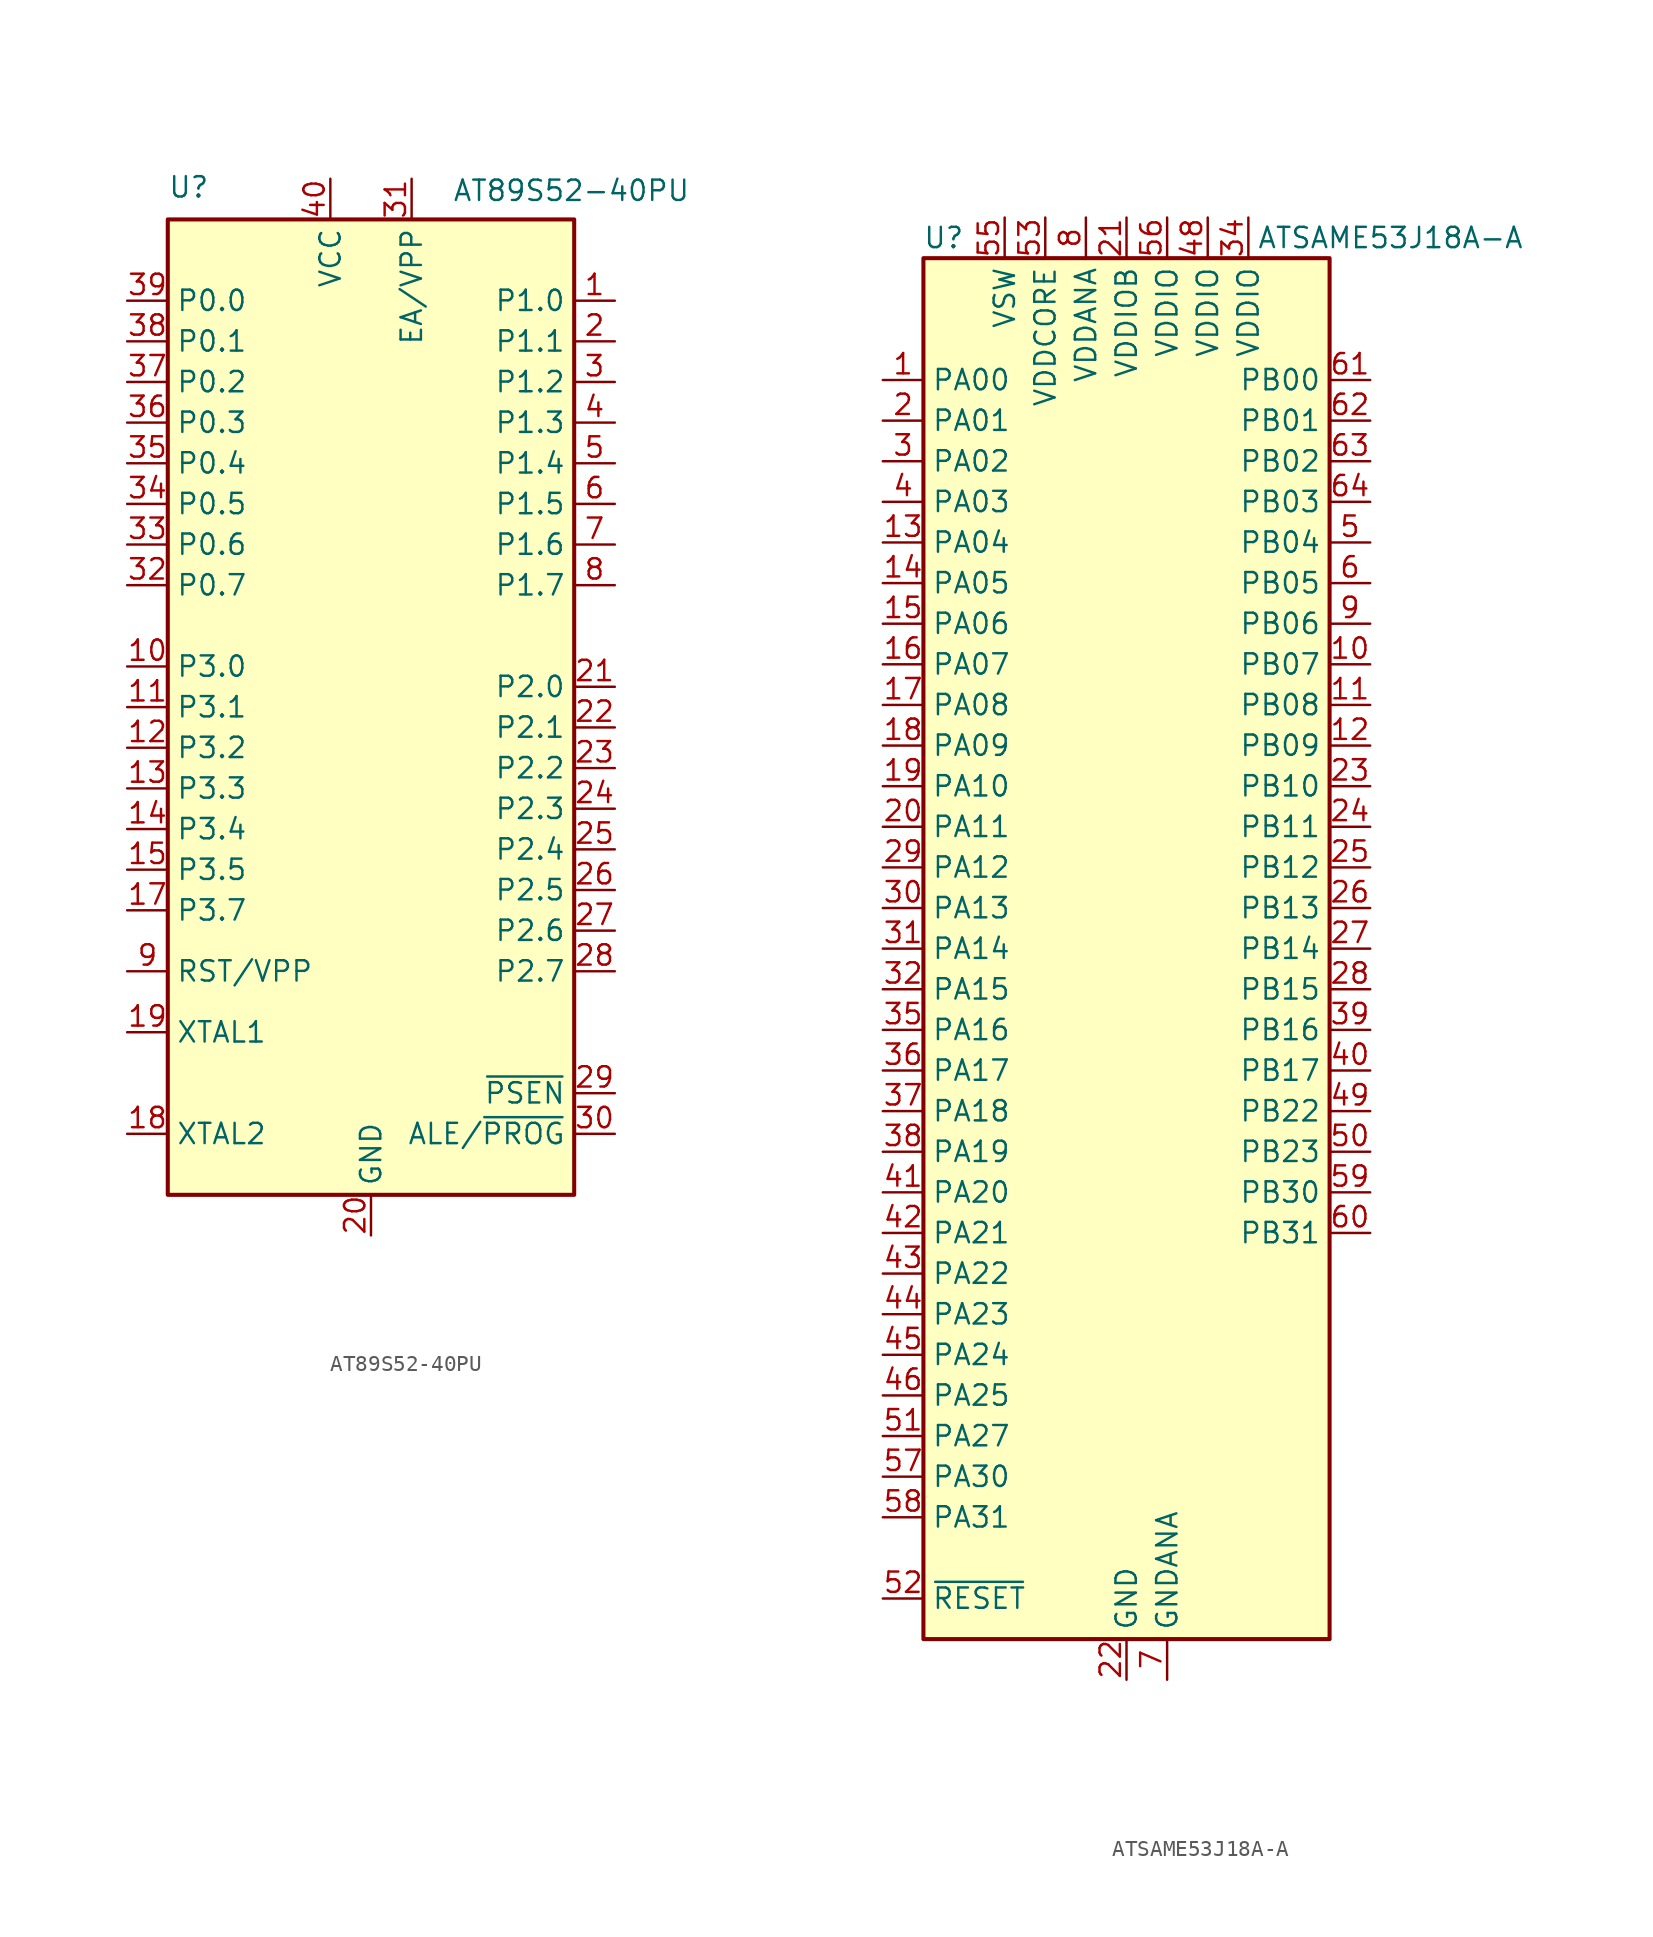
<source format=kicad_sym>
(kicad_symbol_lib
  (version 20220914)
  (generator kicad_symbol_editor)
  (symbol "AT89S52-40PU"
    (property "Reference" "U"
      (at -12.7 26.67 0)
      (effects (font (size 1.27 1.27)) (justify left bottom)))
    (property "Value" "AT89S52-40PU"
      (at 5.08 27.94 0)
      (effects (font (size 1.27 1.27)) (justify left top)))
    (symbol "AT89S52-40PU_0_1"
      (rectangle (start -12.7 -35.56) (end 12.7 25.4) (stroke (width 0.254) (type default)) (fill (type background))))
    (symbol "AT89S52-40PU_1_1"
      (pin bidirectional line (at 15.24 20.32 180) (length 2.54) (name "P1.0" (effects (font (size 1.27 1.27)))) (number "1" (effects (font (size 1.27 1.27)))))
      (pin bidirectional line (at -15.24 -2.54 0) (length 2.54) (name "P3.0" (effects (font (size 1.27 1.27)))) (number "10" (effects (font (size 1.27 1.27)))))
      (pin bidirectional line (at -15.24 -5.08 0) (length 2.54) (name "P3.1" (effects (font (size 1.27 1.27)))) (number "11" (effects (font (size 1.27 1.27)))))
      (pin bidirectional line (at -15.24 -7.62 0) (length 2.54) (name "P3.2" (effects (font (size 1.27 1.27)))) (number "12" (effects (font (size 1.27 1.27)))))
      (pin bidirectional line (at -15.24 -10.16 0) (length 2.54) (name "P3.3" (effects (font (size 1.27 1.27)))) (number "13" (effects (font (size 1.27 1.27)))))
      (pin bidirectional line (at -15.24 -12.7 0) (length 2.54) (name "P3.4" (effects (font (size 1.27 1.27)))) (number "14" (effects (font (size 1.27 1.27)))))
      (pin bidirectional line (at -15.24 -15.24 0) (length 2.54) (name "P3.5" (effects (font (size 1.27 1.27)))) (number "15" (effects (font (size 1.27 1.27)))))
      (pin bidirectional line (at -15.24 -17.78 0) (length 2.54) (name "P3.7" (effects (font (size 1.27 1.27)))) (number "17" (effects (font (size 1.27 1.27)))))
      (pin output line (at -15.24 -31.75 0) (length 2.54) (name "XTAL2" (effects (font (size 1.27 1.27)))) (number "18" (effects (font (size 1.27 1.27)))))
      (pin input line (at -15.24 -25.4 0) (length 2.54) (name "XTAL1" (effects (font (size 1.27 1.27)))) (number "19" (effects (font (size 1.27 1.27)))))
      (pin bidirectional line (at 15.24 17.78 180) (length 2.54) (name "P1.1" (effects (font (size 1.27 1.27)))) (number "2" (effects (font (size 1.27 1.27)))))
      (pin power_in line (at 0 -38.1 90) (length 2.54) (name "GND" (effects (font (size 1.27 1.27)))) (number "20" (effects (font (size 1.27 1.27)))))
      (pin bidirectional line (at 15.24 -3.81 180) (length 2.54) (name "P2.0" (effects (font (size 1.27 1.27)))) (number "21" (effects (font (size 1.27 1.27)))))
      (pin bidirectional line (at 15.24 -6.35 180) (length 2.54) (name "P2.1" (effects (font (size 1.27 1.27)))) (number "22" (effects (font (size 1.27 1.27)))))
      (pin bidirectional line (at 15.24 -8.89 180) (length 2.54) (name "P2.2" (effects (font (size 1.27 1.27)))) (number "23" (effects (font (size 1.27 1.27)))))
      (pin bidirectional line (at 15.24 -11.43 180) (length 2.54) (name "P2.3" (effects (font (size 1.27 1.27)))) (number "24" (effects (font (size 1.27 1.27)))))
      (pin bidirectional line (at 15.24 -13.97 180) (length 2.54) (name "P2.4" (effects (font (size 1.27 1.27)))) (number "25" (effects (font (size 1.27 1.27)))))
      (pin bidirectional line (at 15.24 -16.51 180) (length 2.54) (name "P2.5" (effects (font (size 1.27 1.27)))) (number "26" (effects (font (size 1.27 1.27)))))
      (pin bidirectional line (at 15.24 -19.05 180) (length 2.54) (name "P2.6" (effects (font (size 1.27 1.27)))) (number "27" (effects (font (size 1.27 1.27)))))
      (pin bidirectional line (at 15.24 -21.59 180) (length 2.54) (name "P2.7" (effects (font (size 1.27 1.27)))) (number "28" (effects (font (size 1.27 1.27)))))
      (pin bidirectional line (at 15.24 -29.21 180) (length 2.54) (name "~{PSEN}" (effects (font (size 1.27 1.27)))) (number "29" (effects (font (size 1.27 1.27)))))
      (pin bidirectional line (at 15.24 15.24 180) (length 2.54) (name "P1.2" (effects (font (size 1.27 1.27)))) (number "3" (effects (font (size 1.27 1.27)))))
      (pin bidirectional line (at 15.24 -31.75 180) (length 2.54) (name "ALE/~{PROG}" (effects (font (size 1.27 1.27)))) (number "30" (effects (font (size 1.27 1.27)))))
      (pin input line (at 2.54 27.94 270) (length 2.54) (name "EA/VPP" (effects (font (size 1.27 1.27)))) (number "31" (effects (font (size 1.27 1.27)))))
      (pin bidirectional line (at -15.24 2.54 0) (length 2.54) (name "P0.7" (effects (font (size 1.27 1.27)))) (number "32" (effects (font (size 1.27 1.27)))))
      (pin bidirectional line (at -15.24 5.08 0) (length 2.54) (name "P0.6" (effects (font (size 1.27 1.27)))) (number "33" (effects (font (size 1.27 1.27)))))
      (pin bidirectional line (at -15.24 7.62 0) (length 2.54) (name "P0.5" (effects (font (size 1.27 1.27)))) (number "34" (effects (font (size 1.27 1.27)))))
      (pin bidirectional line (at -15.24 10.16 0) (length 2.54) (name "P0.4" (effects (font (size 1.27 1.27)))) (number "35" (effects (font (size 1.27 1.27)))))
      (pin bidirectional line (at -15.24 12.7 0) (length 2.54) (name "P0.3" (effects (font (size 1.27 1.27)))) (number "36" (effects (font (size 1.27 1.27)))))
      (pin bidirectional line (at -15.24 15.24 0) (length 2.54) (name "P0.2" (effects (font (size 1.27 1.27)))) (number "37" (effects (font (size 1.27 1.27)))))
      (pin bidirectional line (at -15.24 17.78 0) (length 2.54) (name "P0.1" (effects (font (size 1.27 1.27)))) (number "38" (effects (font (size 1.27 1.27)))))
      (pin bidirectional line (at -15.24 20.32 0) (length 2.54) (name "P0.0" (effects (font (size 1.27 1.27)))) (number "39" (effects (font (size 1.27 1.27)))))
      (pin bidirectional line (at 15.24 12.7 180) (length 2.54) (name "P1.3" (effects (font (size 1.27 1.27)))) (number "4" (effects (font (size 1.27 1.27)))))
      (pin power_in line (at -2.54 27.94 270) (length 2.54) (name "VCC" (effects (font (size 1.27 1.27)))) (number "40" (effects (font (size 1.27 1.27)))))
      (pin bidirectional line (at 15.24 10.16 180) (length 2.54) (name "P1.4" (effects (font (size 1.27 1.27)))) (number "5" (effects (font (size 1.27 1.27)))))
      (pin bidirectional line (at 15.24 7.62 180) (length 2.54) (name "P1.5" (effects (font (size 1.27 1.27)))) (number "6" (effects (font (size 1.27 1.27)))))
      (pin bidirectional line (at 15.24 5.08 180) (length 2.54) (name "P1.6" (effects (font (size 1.27 1.27)))) (number "7" (effects (font (size 1.27 1.27)))))
      (pin bidirectional line (at 15.24 2.54 180) (length 2.54) (name "P1.7" (effects (font (size 1.27 1.27)))) (number "8" (effects (font (size 1.27 1.27)))))
      (pin input line (at -15.24 -21.59 0) (length 2.54) (name "RST/VPP" (effects (font (size 1.27 1.27)))) (number "9" (effects (font (size 1.27 1.27)))))))
  (symbol "ATSAME53J18A-A"
    (property "Reference" "U"
      (at -11.43 44.45 0)
      (effects (font (size 1.27 1.27))))
    (property "Value" "ATSAME53J18A-A"
      (at 16.51 44.45 0)
      (effects (font (size 1.27 1.27))))
    (symbol "ATSAME53J18A-A_0_1"
      (rectangle (start -12.7 43.18) (end 12.7 -43.18) (stroke (width 0.254) (type default)) (fill (type background))))
    (symbol "ATSAME53J18A-A_1_1"
      (pin bidirectional line (at -15.24 35.56 0) (length 2.54) (name "PA00" (effects (font (size 1.27 1.27)))) (number "1" (effects (font (size 1.27 1.27)))))
      (pin bidirectional line (at 15.24 17.78 180) (length 2.54) (name "PB07" (effects (font (size 1.27 1.27)))) (number "10" (effects (font (size 1.27 1.27)))))
      (pin bidirectional line (at 15.24 15.24 180) (length 2.54) (name "PB08" (effects (font (size 1.27 1.27)))) (number "11" (effects (font (size 1.27 1.27)))))
      (pin bidirectional line (at 15.24 12.7 180) (length 2.54) (name "PB09" (effects (font (size 1.27 1.27)))) (number "12" (effects (font (size 1.27 1.27)))))
      (pin bidirectional line (at -15.24 25.4 0) (length 2.54) (name "PA04" (effects (font (size 1.27 1.27)))) (number "13" (effects (font (size 1.27 1.27)))))
      (pin bidirectional line (at -15.24 22.86 0) (length 2.54) (name "PA05" (effects (font (size 1.27 1.27)))) (number "14" (effects (font (size 1.27 1.27)))))
      (pin bidirectional line (at -15.24 20.32 0) (length 2.54) (name "PA06" (effects (font (size 1.27 1.27)))) (number "15" (effects (font (size 1.27 1.27)))))
      (pin bidirectional line (at -15.24 17.78 0) (length 2.54) (name "PA07" (effects (font (size 1.27 1.27)))) (number "16" (effects (font (size 1.27 1.27)))))
      (pin bidirectional line (at -15.24 15.24 0) (length 2.54) (name "PA08" (effects (font (size 1.27 1.27)))) (number "17" (effects (font (size 1.27 1.27)))))
      (pin bidirectional line (at -15.24 12.7 0) (length 2.54) (name "PA09" (effects (font (size 1.27 1.27)))) (number "18" (effects (font (size 1.27 1.27)))))
      (pin bidirectional line (at -15.24 10.16 0) (length 2.54) (name "PA10" (effects (font (size 1.27 1.27)))) (number "19" (effects (font (size 1.27 1.27)))))
      (pin bidirectional line (at -15.24 33.02 0) (length 2.54) (name "PA01" (effects (font (size 1.27 1.27)))) (number "2" (effects (font (size 1.27 1.27)))))
      (pin bidirectional line (at -15.24 7.62 0) (length 2.54) (name "PA11" (effects (font (size 1.27 1.27)))) (number "20" (effects (font (size 1.27 1.27)))))
      (pin power_in line (at 0 45.72 270) (length 2.54) (name "VDDIOB" (effects (font (size 1.27 1.27)))) (number "21" (effects (font (size 1.27 1.27)))))
      (pin power_in line (at 0 -45.72 90) (length 2.54) (name "GND" (effects (font (size 1.27 1.27)))) (number "22" (effects (font (size 1.27 1.27)))))
      (pin bidirectional line (at 15.24 10.16 180) (length 2.54) (name "PB10" (effects (font (size 1.27 1.27)))) (number "23" (effects (font (size 1.27 1.27)))))
      (pin bidirectional line (at 15.24 7.62 180) (length 2.54) (name "PB11" (effects (font (size 1.27 1.27)))) (number "24" (effects (font (size 1.27 1.27)))))
      (pin bidirectional line (at 15.24 5.08 180) (length 2.54) (name "PB12" (effects (font (size 1.27 1.27)))) (number "25" (effects (font (size 1.27 1.27)))))
      (pin bidirectional line (at 15.24 2.54 180) (length 2.54) (name "PB13" (effects (font (size 1.27 1.27)))) (number "26" (effects (font (size 1.27 1.27)))))
      (pin bidirectional line (at 15.24 0 180) (length 2.54) (name "PB14" (effects (font (size 1.27 1.27)))) (number "27" (effects (font (size 1.27 1.27)))))
      (pin bidirectional line (at 15.24 -2.54 180) (length 2.54) (name "PB15" (effects (font (size 1.27 1.27)))) (number "28" (effects (font (size 1.27 1.27)))))
      (pin bidirectional line (at -15.24 5.08 0) (length 2.54) (name "PA12" (effects (font (size 1.27 1.27)))) (number "29" (effects (font (size 1.27 1.27)))))
      (pin bidirectional line (at -15.24 30.48 0) (length 2.54) (name "PA02" (effects (font (size 1.27 1.27)))) (number "3" (effects (font (size 1.27 1.27)))))
      (pin bidirectional line (at -15.24 2.54 0) (length 2.54) (name "PA13" (effects (font (size 1.27 1.27)))) (number "30" (effects (font (size 1.27 1.27)))))
      (pin bidirectional line (at -15.24 0 0) (length 2.54) (name "PA14" (effects (font (size 1.27 1.27)))) (number "31" (effects (font (size 1.27 1.27)))))
      (pin bidirectional line (at -15.24 -2.54 0) (length 2.54) (name "PA15" (effects (font (size 1.27 1.27)))) (number "32" (effects (font (size 1.27 1.27)))))
      (pin passive line (at 0 -45.72 90) (length 2.54) hide (name "GND" (effects (font (size 1.27 1.27)))) (number "33" (effects (font (size 1.27 1.27)))))
      (pin power_in line (at 7.62 45.72 270) (length 2.54) (name "VDDIO" (effects (font (size 1.27 1.27)))) (number "34" (effects (font (size 1.27 1.27)))))
      (pin bidirectional line (at -15.24 -5.08 0) (length 2.54) (name "PA16" (effects (font (size 1.27 1.27)))) (number "35" (effects (font (size 1.27 1.27)))))
      (pin bidirectional line (at -15.24 -7.62 0) (length 2.54) (name "PA17" (effects (font (size 1.27 1.27)))) (number "36" (effects (font (size 1.27 1.27)))))
      (pin bidirectional line (at -15.24 -10.16 0) (length 2.54) (name "PA18" (effects (font (size 1.27 1.27)))) (number "37" (effects (font (size 1.27 1.27)))))
      (pin bidirectional line (at -15.24 -12.7 0) (length 2.54) (name "PA19" (effects (font (size 1.27 1.27)))) (number "38" (effects (font (size 1.27 1.27)))))
      (pin bidirectional line (at 15.24 -5.08 180) (length 2.54) (name "PB16" (effects (font (size 1.27 1.27)))) (number "39" (effects (font (size 1.27 1.27)))))
      (pin bidirectional line (at -15.24 27.94 0) (length 2.54) (name "PA03" (effects (font (size 1.27 1.27)))) (number "4" (effects (font (size 1.27 1.27)))))
      (pin bidirectional line (at 15.24 -7.62 180) (length 2.54) (name "PB17" (effects (font (size 1.27 1.27)))) (number "40" (effects (font (size 1.27 1.27)))))
      (pin bidirectional line (at -15.24 -15.24 0) (length 2.54) (name "PA20" (effects (font (size 1.27 1.27)))) (number "41" (effects (font (size 1.27 1.27)))))
      (pin bidirectional line (at -15.24 -17.78 0) (length 2.54) (name "PA21" (effects (font (size 1.27 1.27)))) (number "42" (effects (font (size 1.27 1.27)))))
      (pin bidirectional line (at -15.24 -20.32 0) (length 2.54) (name "PA22" (effects (font (size 1.27 1.27)))) (number "43" (effects (font (size 1.27 1.27)))))
      (pin bidirectional line (at -15.24 -22.86 0) (length 2.54) (name "PA23" (effects (font (size 1.27 1.27)))) (number "44" (effects (font (size 1.27 1.27)))))
      (pin bidirectional line (at -15.24 -25.4 0) (length 2.54) (name "PA24" (effects (font (size 1.27 1.27)))) (number "45" (effects (font (size 1.27 1.27)))))
      (pin bidirectional line (at -15.24 -27.94 0) (length 2.54) (name "PA25" (effects (font (size 1.27 1.27)))) (number "46" (effects (font (size 1.27 1.27)))))
      (pin passive line (at 0 -45.72 90) (length 2.54) hide (name "GND" (effects (font (size 1.27 1.27)))) (number "47" (effects (font (size 1.27 1.27)))))
      (pin power_in line (at 5.08 45.72 270) (length 2.54) (name "VDDIO" (effects (font (size 1.27 1.27)))) (number "48" (effects (font (size 1.27 1.27)))))
      (pin bidirectional line (at 15.24 -10.16 180) (length 2.54) (name "PB22" (effects (font (size 1.27 1.27)))) (number "49" (effects (font (size 1.27 1.27)))))
      (pin bidirectional line (at 15.24 25.4 180) (length 2.54) (name "PB04" (effects (font (size 1.27 1.27)))) (number "5" (effects (font (size 1.27 1.27)))))
      (pin bidirectional line (at 15.24 -12.7 180) (length 2.54) (name "PB23" (effects (font (size 1.27 1.27)))) (number "50" (effects (font (size 1.27 1.27)))))
      (pin bidirectional line (at -15.24 -30.48 0) (length 2.54) (name "PA27" (effects (font (size 1.27 1.27)))) (number "51" (effects (font (size 1.27 1.27)))))
      (pin input line (at -15.24 -40.64 0) (length 2.54) (name "~{RESET}" (effects (font (size 1.27 1.27)))) (number "52" (effects (font (size 1.27 1.27)))))
      (pin power_out line (at -5.08 45.72 270) (length 2.54) (name "VDDCORE" (effects (font (size 1.27 1.27)))) (number "53" (effects (font (size 1.27 1.27)))))
      (pin passive line (at 0 -45.72 90) (length 2.54) hide (name "GND" (effects (font (size 1.27 1.27)))) (number "54" (effects (font (size 1.27 1.27)))))
      (pin power_in line (at -7.62 45.72 270) (length 2.54) (name "VSW" (effects (font (size 1.27 1.27)))) (number "55" (effects (font (size 1.27 1.27)))))
      (pin power_in line (at 2.54 45.72 270) (length 2.54) (name "VDDIO" (effects (font (size 1.27 1.27)))) (number "56" (effects (font (size 1.27 1.27)))))
      (pin bidirectional line (at -15.24 -33.02 0) (length 2.54) (name "PA30" (effects (font (size 1.27 1.27)))) (number "57" (effects (font (size 1.27 1.27)))))
      (pin bidirectional line (at -15.24 -35.56 0) (length 2.54) (name "PA31" (effects (font (size 1.27 1.27)))) (number "58" (effects (font (size 1.27 1.27)))))
      (pin bidirectional line (at 15.24 -15.24 180) (length 2.54) (name "PB30" (effects (font (size 1.27 1.27)))) (number "59" (effects (font (size 1.27 1.27)))))
      (pin bidirectional line (at 15.24 22.86 180) (length 2.54) (name "PB05" (effects (font (size 1.27 1.27)))) (number "6" (effects (font (size 1.27 1.27)))))
      (pin bidirectional line (at 15.24 -17.78 180) (length 2.54) (name "PB31" (effects (font (size 1.27 1.27)))) (number "60" (effects (font (size 1.27 1.27)))))
      (pin bidirectional line (at 15.24 35.56 180) (length 2.54) (name "PB00" (effects (font (size 1.27 1.27)))) (number "61" (effects (font (size 1.27 1.27)))))
      (pin bidirectional line (at 15.24 33.02 180) (length 2.54) (name "PB01" (effects (font (size 1.27 1.27)))) (number "62" (effects (font (size 1.27 1.27)))))
      (pin bidirectional line (at 15.24 30.48 180) (length 2.54) (name "PB02" (effects (font (size 1.27 1.27)))) (number "63" (effects (font (size 1.27 1.27)))))
      (pin bidirectional line (at 15.24 27.94 180) (length 2.54) (name "PB03" (effects (font (size 1.27 1.27)))) (number "64" (effects (font (size 1.27 1.27)))))
      (pin power_in line (at 2.54 -45.72 90) (length 2.54) (name "GNDANA" (effects (font (size 1.27 1.27)))) (number "7" (effects (font (size 1.27 1.27)))))
      (pin power_in line (at -2.54 45.72 270) (length 2.54) (name "VDDANA" (effects (font (size 1.27 1.27)))) (number "8" (effects (font (size 1.27 1.27)))))
      (pin bidirectional line (at 15.24 20.32 180) (length 2.54) (name "PB06" (effects (font (size 1.27 1.27)))) (number "9" (effects (font (size 1.27 1.27))))))))
</source>
